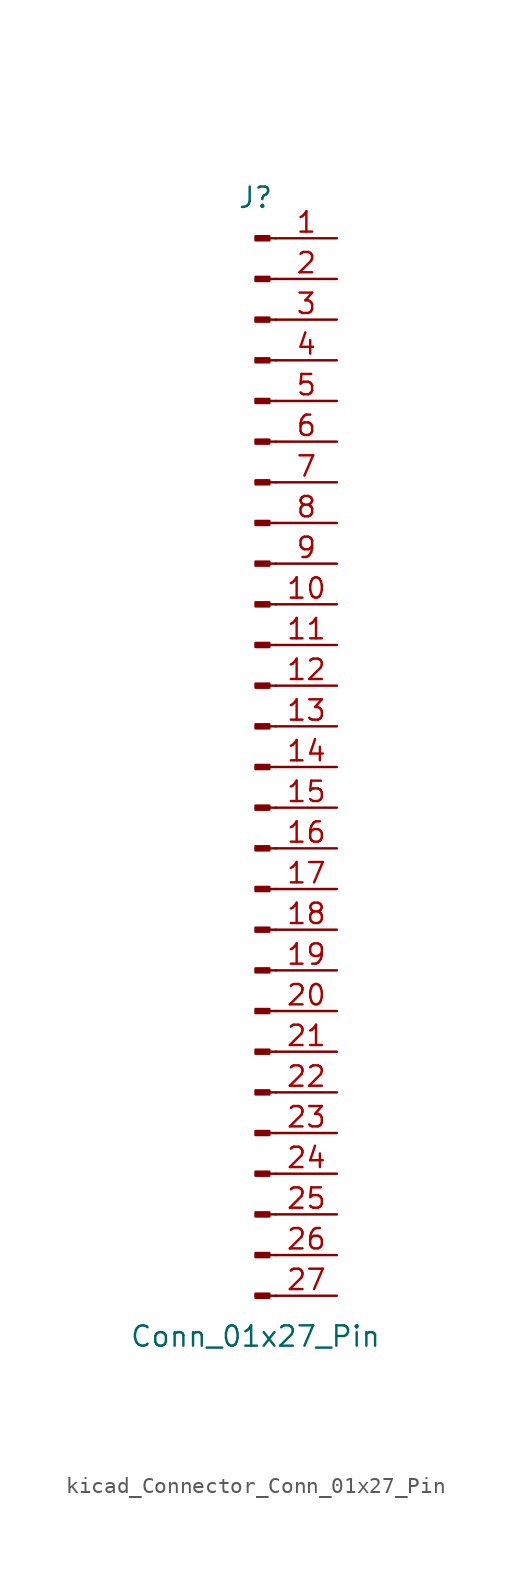
<source format=kicad_sym>
(kicad_symbol_lib
  (version 20220914)
  (generator kicad_symbol_editor)
  (symbol "kicad_Connector_Conn_01x27_Pin"
    (pin_names
      (offset 1.016) hide)
    (property "Reference" "J"
      (at 0 35.56 0)
      (effects (font (size 1.27 1.27))))
    (property "Value" "Conn_01x27_Pin"
      (at 0 -35.56 0)
      (effects (font (size 1.27 1.27))))
    (property "ki_locked" ""
      (at 0 0 0)
      (effects (font (size 1.27 1.27))))
    (symbol "kicad_Connector_Conn_01x27_Pin_1_1"
      (polyline (pts (xy 1.27 -33.02) (xy 0.864 -33.02)) (stroke (width 0.152) (type default)) (fill (type none)))
      (polyline (pts (xy 1.27 -30.48) (xy 0.864 -30.48)) (stroke (width 0.152) (type default)) (fill (type none)))
      (polyline (pts (xy 1.27 -27.94) (xy 0.864 -27.94)) (stroke (width 0.152) (type default)) (fill (type none)))
      (polyline (pts (xy 1.27 -25.4) (xy 0.864 -25.4)) (stroke (width 0.152) (type default)) (fill (type none)))
      (polyline (pts (xy 1.27 -22.86) (xy 0.864 -22.86)) (stroke (width 0.152) (type default)) (fill (type none)))
      (polyline (pts (xy 1.27 -20.32) (xy 0.864 -20.32)) (stroke (width 0.152) (type default)) (fill (type none)))
      (polyline (pts (xy 1.27 -17.78) (xy 0.864 -17.78)) (stroke (width 0.152) (type default)) (fill (type none)))
      (polyline (pts (xy 1.27 -15.24) (xy 0.864 -15.24)) (stroke (width 0.152) (type default)) (fill (type none)))
      (polyline (pts (xy 1.27 -12.7) (xy 0.864 -12.7)) (stroke (width 0.152) (type default)) (fill (type none)))
      (polyline (pts (xy 1.27 -10.16) (xy 0.864 -10.16)) (stroke (width 0.152) (type default)) (fill (type none)))
      (polyline (pts (xy 1.27 -7.62) (xy 0.864 -7.62)) (stroke (width 0.152) (type default)) (fill (type none)))
      (polyline (pts (xy 1.27 -5.08) (xy 0.864 -5.08)) (stroke (width 0.152) (type default)) (fill (type none)))
      (polyline (pts (xy 1.27 -2.54) (xy 0.864 -2.54)) (stroke (width 0.152) (type default)) (fill (type none)))
      (polyline (pts (xy 1.27 0) (xy 0.864 0)) (stroke (width 0.152) (type default)) (fill (type none)))
      (polyline (pts (xy 1.27 2.54) (xy 0.864 2.54)) (stroke (width 0.152) (type default)) (fill (type none)))
      (polyline (pts (xy 1.27 5.08) (xy 0.864 5.08)) (stroke (width 0.152) (type default)) (fill (type none)))
      (polyline (pts (xy 1.27 7.62) (xy 0.864 7.62)) (stroke (width 0.152) (type default)) (fill (type none)))
      (polyline (pts (xy 1.27 10.16) (xy 0.864 10.16)) (stroke (width 0.152) (type default)) (fill (type none)))
      (polyline (pts (xy 1.27 12.7) (xy 0.864 12.7)) (stroke (width 0.152) (type default)) (fill (type none)))
      (polyline (pts (xy 1.27 15.24) (xy 0.864 15.24)) (stroke (width 0.152) (type default)) (fill (type none)))
      (polyline (pts (xy 1.27 17.78) (xy 0.864 17.78)) (stroke (width 0.152) (type default)) (fill (type none)))
      (polyline (pts (xy 1.27 20.32) (xy 0.864 20.32)) (stroke (width 0.152) (type default)) (fill (type none)))
      (polyline (pts (xy 1.27 22.86) (xy 0.864 22.86)) (stroke (width 0.152) (type default)) (fill (type none)))
      (polyline (pts (xy 1.27 25.4) (xy 0.864 25.4)) (stroke (width 0.152) (type default)) (fill (type none)))
      (polyline (pts (xy 1.27 27.94) (xy 0.864 27.94)) (stroke (width 0.152) (type default)) (fill (type none)))
      (polyline (pts (xy 1.27 30.48) (xy 0.864 30.48)) (stroke (width 0.152) (type default)) (fill (type none)))
      (polyline (pts (xy 1.27 33.02) (xy 0.864 33.02)) (stroke (width 0.152) (type default)) (fill (type none)))
      (rectangle (start 0.864 -32.893) (end 0 -33.147) (stroke (width 0.152) (type default)) (fill (type outline)))
      (rectangle (start 0.864 -30.353) (end 0 -30.607) (stroke (width 0.152) (type default)) (fill (type outline)))
      (rectangle (start 0.864 -27.813) (end 0 -28.067) (stroke (width 0.152) (type default)) (fill (type outline)))
      (rectangle (start 0.864 -25.273) (end 0 -25.527) (stroke (width 0.152) (type default)) (fill (type outline)))
      (rectangle (start 0.864 -22.733) (end 0 -22.987) (stroke (width 0.152) (type default)) (fill (type outline)))
      (rectangle (start 0.864 -20.193) (end 0 -20.447) (stroke (width 0.152) (type default)) (fill (type outline)))
      (rectangle (start 0.864 -17.653) (end 0 -17.907) (stroke (width 0.152) (type default)) (fill (type outline)))
      (rectangle (start 0.864 -15.113) (end 0 -15.367) (stroke (width 0.152) (type default)) (fill (type outline)))
      (rectangle (start 0.864 -12.573) (end 0 -12.827) (stroke (width 0.152) (type default)) (fill (type outline)))
      (rectangle (start 0.864 -10.033) (end 0 -10.287) (stroke (width 0.152) (type default)) (fill (type outline)))
      (rectangle (start 0.864 -7.493) (end 0 -7.747) (stroke (width 0.152) (type default)) (fill (type outline)))
      (rectangle (start 0.864 -4.953) (end 0 -5.207) (stroke (width 0.152) (type default)) (fill (type outline)))
      (rectangle (start 0.864 -2.413) (end 0 -2.667) (stroke (width 0.152) (type default)) (fill (type outline)))
      (rectangle (start 0.864 0.127) (end 0 -0.127) (stroke (width 0.152) (type default)) (fill (type outline)))
      (rectangle (start 0.864 2.667) (end 0 2.413) (stroke (width 0.152) (type default)) (fill (type outline)))
      (rectangle (start 0.864 5.207) (end 0 4.953) (stroke (width 0.152) (type default)) (fill (type outline)))
      (rectangle (start 0.864 7.747) (end 0 7.493) (stroke (width 0.152) (type default)) (fill (type outline)))
      (rectangle (start 0.864 10.287) (end 0 10.033) (stroke (width 0.152) (type default)) (fill (type outline)))
      (rectangle (start 0.864 12.827) (end 0 12.573) (stroke (width 0.152) (type default)) (fill (type outline)))
      (rectangle (start 0.864 15.367) (end 0 15.113) (stroke (width 0.152) (type default)) (fill (type outline)))
      (rectangle (start 0.864 17.907) (end 0 17.653) (stroke (width 0.152) (type default)) (fill (type outline)))
      (rectangle (start 0.864 20.447) (end 0 20.193) (stroke (width 0.152) (type default)) (fill (type outline)))
      (rectangle (start 0.864 22.987) (end 0 22.733) (stroke (width 0.152) (type default)) (fill (type outline)))
      (rectangle (start 0.864 25.527) (end 0 25.273) (stroke (width 0.152) (type default)) (fill (type outline)))
      (rectangle (start 0.864 28.067) (end 0 27.813) (stroke (width 0.152) (type default)) (fill (type outline)))
      (rectangle (start 0.864 30.607) (end 0 30.353) (stroke (width 0.152) (type default)) (fill (type outline)))
      (rectangle (start 0.864 33.147) (end 0 32.893) (stroke (width 0.152) (type default)) (fill (type outline)))
      (pin passive line (at 5.08 33.02 180) (length 3.81) (name "Pin_1" (effects (font (size 1.27 1.27)))) (number "1" (effects (font (size 1.27 1.27)))))
      (pin passive line (at 5.08 10.16 180) (length 3.81) (name "Pin_10" (effects (font (size 1.27 1.27)))) (number "10" (effects (font (size 1.27 1.27)))))
      (pin passive line (at 5.08 7.62 180) (length 3.81) (name "Pin_11" (effects (font (size 1.27 1.27)))) (number "11" (effects (font (size 1.27 1.27)))))
      (pin passive line (at 5.08 5.08 180) (length 3.81) (name "Pin_12" (effects (font (size 1.27 1.27)))) (number "12" (effects (font (size 1.27 1.27)))))
      (pin passive line (at 5.08 2.54 180) (length 3.81) (name "Pin_13" (effects (font (size 1.27 1.27)))) (number "13" (effects (font (size 1.27 1.27)))))
      (pin passive line (at 5.08 0 180) (length 3.81) (name "Pin_14" (effects (font (size 1.27 1.27)))) (number "14" (effects (font (size 1.27 1.27)))))
      (pin passive line (at 5.08 -2.54 180) (length 3.81) (name "Pin_15" (effects (font (size 1.27 1.27)))) (number "15" (effects (font (size 1.27 1.27)))))
      (pin passive line (at 5.08 -5.08 180) (length 3.81) (name "Pin_16" (effects (font (size 1.27 1.27)))) (number "16" (effects (font (size 1.27 1.27)))))
      (pin passive line (at 5.08 -7.62 180) (length 3.81) (name "Pin_17" (effects (font (size 1.27 1.27)))) (number "17" (effects (font (size 1.27 1.27)))))
      (pin passive line (at 5.08 -10.16 180) (length 3.81) (name "Pin_18" (effects (font (size 1.27 1.27)))) (number "18" (effects (font (size 1.27 1.27)))))
      (pin passive line (at 5.08 -12.7 180) (length 3.81) (name "Pin_19" (effects (font (size 1.27 1.27)))) (number "19" (effects (font (size 1.27 1.27)))))
      (pin passive line (at 5.08 30.48 180) (length 3.81) (name "Pin_2" (effects (font (size 1.27 1.27)))) (number "2" (effects (font (size 1.27 1.27)))))
      (pin passive line (at 5.08 -15.24 180) (length 3.81) (name "Pin_20" (effects (font (size 1.27 1.27)))) (number "20" (effects (font (size 1.27 1.27)))))
      (pin passive line (at 5.08 -17.78 180) (length 3.81) (name "Pin_21" (effects (font (size 1.27 1.27)))) (number "21" (effects (font (size 1.27 1.27)))))
      (pin passive line (at 5.08 -20.32 180) (length 3.81) (name "Pin_22" (effects (font (size 1.27 1.27)))) (number "22" (effects (font (size 1.27 1.27)))))
      (pin passive line (at 5.08 -22.86 180) (length 3.81) (name "Pin_23" (effects (font (size 1.27 1.27)))) (number "23" (effects (font (size 1.27 1.27)))))
      (pin passive line (at 5.08 -25.4 180) (length 3.81) (name "Pin_24" (effects (font (size 1.27 1.27)))) (number "24" (effects (font (size 1.27 1.27)))))
      (pin passive line (at 5.08 -27.94 180) (length 3.81) (name "Pin_25" (effects (font (size 1.27 1.27)))) (number "25" (effects (font (size 1.27 1.27)))))
      (pin passive line (at 5.08 -30.48 180) (length 3.81) (name "Pin_26" (effects (font (size 1.27 1.27)))) (number "26" (effects (font (size 1.27 1.27)))))
      (pin passive line (at 5.08 -33.02 180) (length 3.81) (name "Pin_27" (effects (font (size 1.27 1.27)))) (number "27" (effects (font (size 1.27 1.27)))))
      (pin passive line (at 5.08 27.94 180) (length 3.81) (name "Pin_3" (effects (font (size 1.27 1.27)))) (number "3" (effects (font (size 1.27 1.27)))))
      (pin passive line (at 5.08 25.4 180) (length 3.81) (name "Pin_4" (effects (font (size 1.27 1.27)))) (number "4" (effects (font (size 1.27 1.27)))))
      (pin passive line (at 5.08 22.86 180) (length 3.81) (name "Pin_5" (effects (font (size 1.27 1.27)))) (number "5" (effects (font (size 1.27 1.27)))))
      (pin passive line (at 5.08 20.32 180) (length 3.81) (name "Pin_6" (effects (font (size 1.27 1.27)))) (number "6" (effects (font (size 1.27 1.27)))))
      (pin passive line (at 5.08 17.78 180) (length 3.81) (name "Pin_7" (effects (font (size 1.27 1.27)))) (number "7" (effects (font (size 1.27 1.27)))))
      (pin passive line (at 5.08 15.24 180) (length 3.81) (name "Pin_8" (effects (font (size 1.27 1.27)))) (number "8" (effects (font (size 1.27 1.27)))))
      (pin passive line (at 5.08 12.7 180) (length 3.81) (name "Pin_9" (effects (font (size 1.27 1.27)))) (number "9" (effects (font (size 1.27 1.27))))))))
</source>
